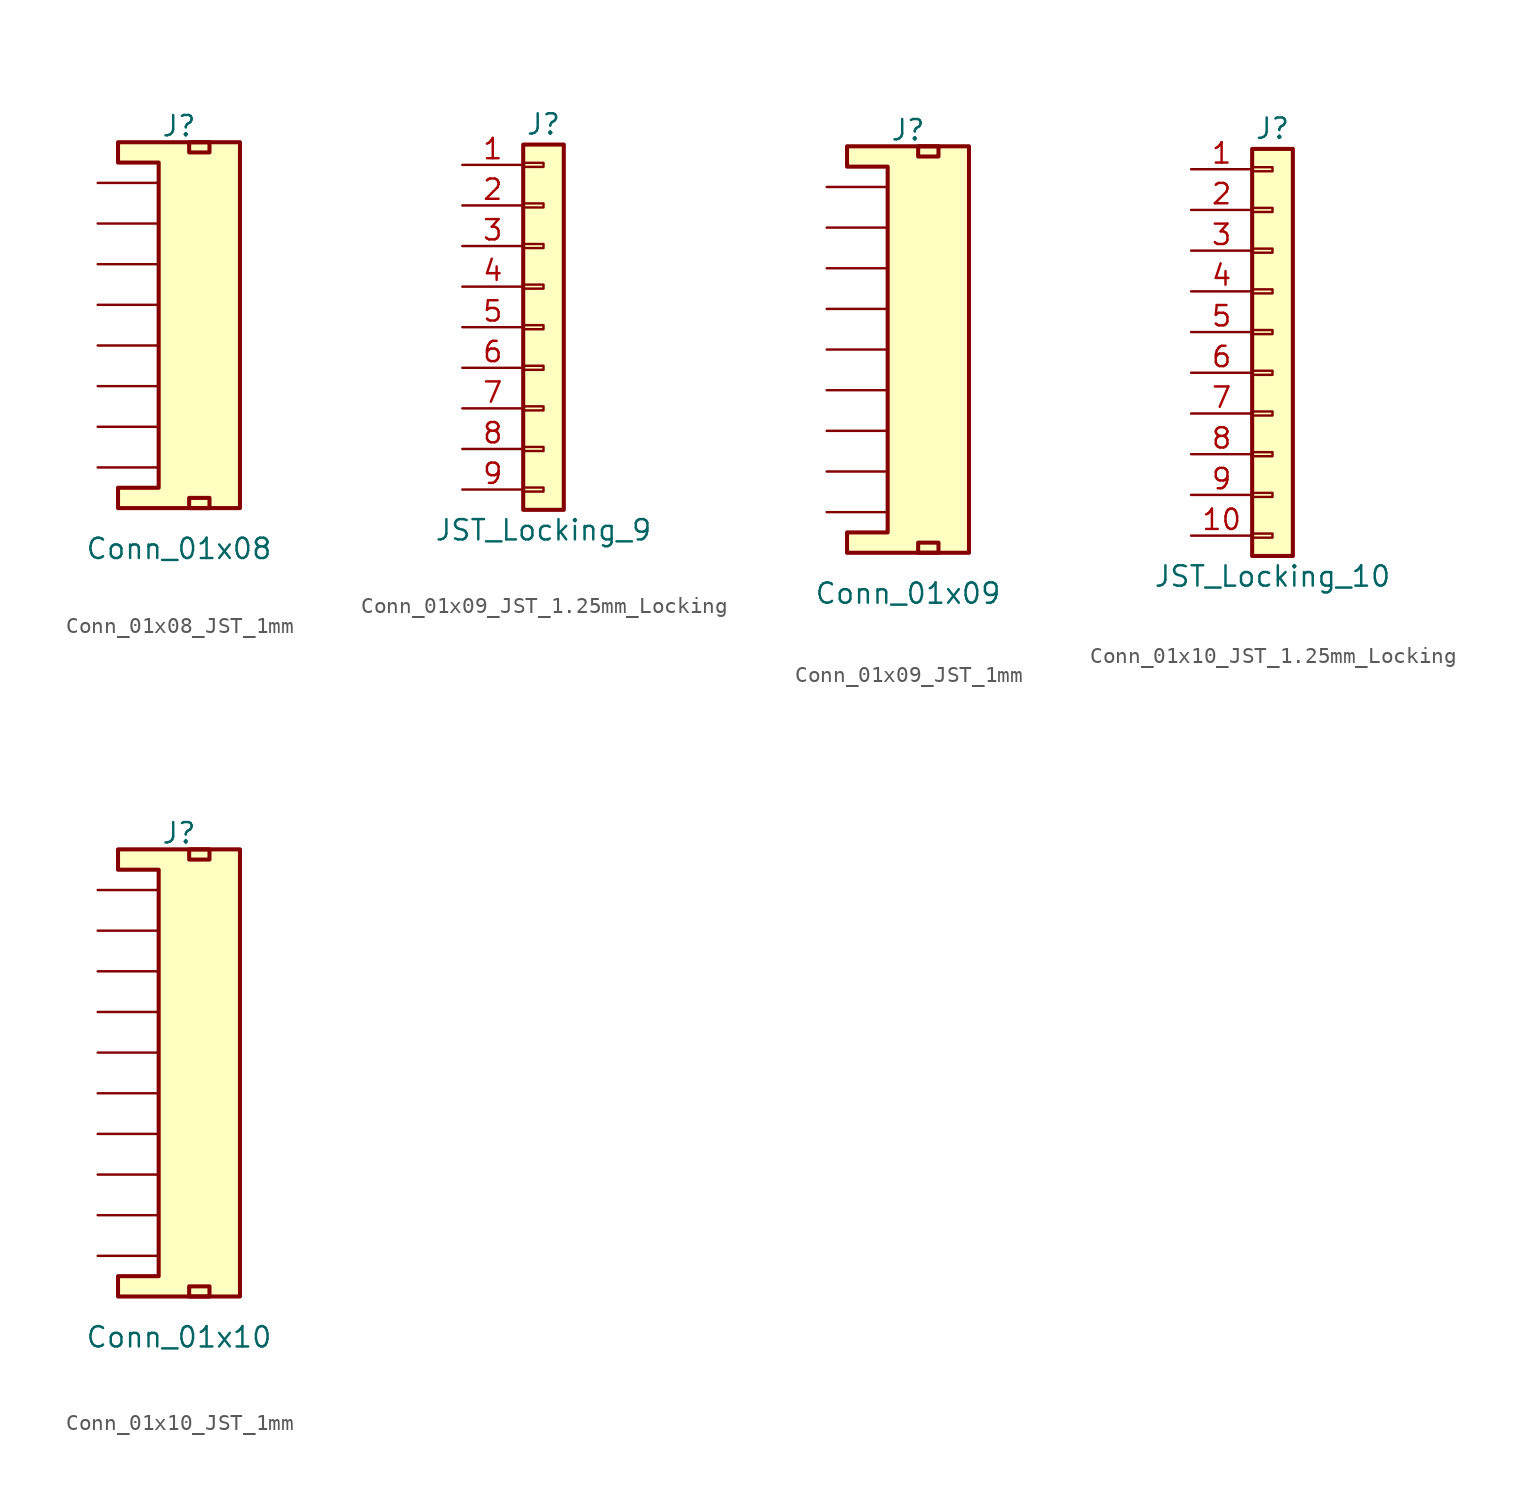
<source format=kicad_sym>
(kicad_symbol_lib
  (version 20231120)
  (generator "kicad_symbol_editor")
  (generator_version "8.0")
  (symbol "Conn_01x08_JST_1mm"
    (pin_numbers hide)
    (pin_names
      (offset 1.016) hide)
    (property "Reference" "J"
      (at 0 11.176 0)
      (effects (font (size 1.27 1.27))))
    (property "Value" "Conn_01x08"
      (at 0 -15.24 0)
      (effects (font (size 1.27 1.27))))
    (symbol "Conn_01x08_JST_1mm_1_1"
      (polyline (pts (xy -1.27 8.89) (xy -3.81 8.89) (xy -3.81 10.16) (xy 3.81 10.16) (xy 3.81 -12.7) (xy -3.81 -12.7) (xy -3.81 -11.43) (xy -1.27 -11.43) (xy -1.27 8.89)) (stroke (width 0.254) (type default)) (fill (type background)))
      (rectangle (start 0.635 -12.065) (end 1.905 -12.7) (stroke (width 0.254) (type default)) (fill (type none)))
      (rectangle (start 0.635 10.16) (end 1.905 9.525) (stroke (width 0.254) (type default)) (fill (type none)))
      (pin passive line (at -5.08 7.62 0) (length 3.81) (name "1" (effects (font (size 1.27 1.27)))) (number "1" (effects (font (size 1.27 1.27)))))
      (pin passive line (at -5.08 5.08 0) (length 3.81) (name "2" (effects (font (size 1.27 1.27)))) (number "2" (effects (font (size 1.27 1.27)))))
      (pin passive line (at -5.08 2.54 0) (length 3.81) (name "3" (effects (font (size 1.27 1.27)))) (number "3" (effects (font (size 1.27 1.27)))))
      (pin passive line (at -5.08 0 0) (length 3.81) (name "4" (effects (font (size 1.27 1.27)))) (number "4" (effects (font (size 1.27 1.27)))))
      (pin passive line (at -5.08 -2.54 0) (length 3.81) (name "5" (effects (font (size 1.27 1.27)))) (number "5" (effects (font (size 1.27 1.27)))))
      (pin passive line (at -5.08 -5.08 0) (length 3.81) (name "6" (effects (font (size 1.27 1.27)))) (number "6" (effects (font (size 1.27 1.27)))))
      (pin passive line (at -5.08 -7.62 0) (length 3.81) (name "7" (effects (font (size 1.27 1.27)))) (number "7" (effects (font (size 1.27 1.27)))))
      (pin passive line (at -5.08 -10.16 0) (length 3.81) (name "8" (effects (font (size 1.27 1.27)))) (number "8" (effects (font (size 1.27 1.27)))))))
  (symbol "Conn_01x09_JST_1.25mm_Locking"
    (pin_names
      (offset 1.016) hide)
    (property "Reference" "J"
      (at 0 12.7 0)
      (effects (font (size 1.27 1.27))))
    (property "Value" "JST_Locking_9"
      (at 0 -12.7 0)
      (effects (font (size 1.27 1.27))))
    (symbol "Conn_01x09_JST_1.25mm_Locking_1_1"
      (rectangle (start -1.27 -10.033) (end 0 -10.287) (stroke (width 0.152) (type default)) (fill (type none)))
      (rectangle (start -1.27 -7.493) (end 0 -7.747) (stroke (width 0.152) (type default)) (fill (type none)))
      (rectangle (start -1.27 -4.953) (end 0 -5.207) (stroke (width 0.152) (type default)) (fill (type none)))
      (rectangle (start -1.27 -2.413) (end 0 -2.667) (stroke (width 0.152) (type default)) (fill (type none)))
      (rectangle (start -1.27 0.127) (end 0 -0.127) (stroke (width 0.152) (type default)) (fill (type none)))
      (rectangle (start -1.27 2.667) (end 0 2.413) (stroke (width 0.152) (type default)) (fill (type none)))
      (rectangle (start -1.27 5.207) (end 0 4.953) (stroke (width 0.152) (type default)) (fill (type none)))
      (rectangle (start -1.27 7.747) (end 0 7.493) (stroke (width 0.152) (type default)) (fill (type none)))
      (rectangle (start -1.27 10.287) (end 0 10.033) (stroke (width 0.152) (type default)) (fill (type none)))
      (rectangle (start -1.27 11.43) (end 1.27 -11.43) (stroke (width 0.254) (type default)) (fill (type background)))
      (pin passive line (at -5.08 10.16 0) (length 3.81) (name "Pin_1" (effects (font (size 1.27 1.27)))) (number "1" (effects (font (size 1.27 1.27)))))
      (pin passive line (at -5.08 7.62 0) (length 3.81) (name "Pin_2" (effects (font (size 1.27 1.27)))) (number "2" (effects (font (size 1.27 1.27)))))
      (pin passive line (at -5.08 5.08 0) (length 3.81) (name "Pin_3" (effects (font (size 1.27 1.27)))) (number "3" (effects (font (size 1.27 1.27)))))
      (pin passive line (at -5.08 2.54 0) (length 3.81) (name "Pin_4" (effects (font (size 1.27 1.27)))) (number "4" (effects (font (size 1.27 1.27)))))
      (pin passive line (at -5.08 0 0) (length 3.81) (name "Pin_5" (effects (font (size 1.27 1.27)))) (number "5" (effects (font (size 1.27 1.27)))))
      (pin passive line (at -5.08 -2.54 0) (length 3.81) (name "Pin_6" (effects (font (size 1.27 1.27)))) (number "6" (effects (font (size 1.27 1.27)))))
      (pin passive line (at -5.08 -5.08 0) (length 3.81) (name "Pin_7" (effects (font (size 1.27 1.27)))) (number "7" (effects (font (size 1.27 1.27)))))
      (pin passive line (at -5.08 -7.62 0) (length 3.81) (name "Pin_8" (effects (font (size 1.27 1.27)))) (number "8" (effects (font (size 1.27 1.27)))))
      (pin passive line (at -5.08 -10.16 0) (length 3.81) (name "Pin_9" (effects (font (size 1.27 1.27)))) (number "9" (effects (font (size 1.27 1.27)))))
      (pin no_connect line (at 6.35 -11.43 90) (length 5.08) hide (name "NC" (effects (font (size 1.27 1.27)))) (number "NC1" (effects (font (size 1.27 1.27)))))
      (pin no_connect line (at 3.81 -11.43 90) (length 5.08) hide (name "NC" (effects (font (size 1.27 1.27)))) (number "NC2" (effects (font (size 1.27 1.27)))))))
  (symbol "Conn_01x09_JST_1mm"
    (pin_numbers hide)
    (pin_names
      (offset 1.016) hide)
    (property "Reference" "J"
      (at 0 13.716 0)
      (effects (font (size 1.27 1.27))))
    (property "Value" "Conn_01x09"
      (at 0 -15.24 0)
      (effects (font (size 1.27 1.27))))
    (symbol "Conn_01x09_JST_1mm_1_1"
      (polyline (pts (xy -1.27 11.43) (xy -3.81 11.43) (xy -3.81 12.7) (xy 3.81 12.7) (xy 3.81 -12.7) (xy -3.81 -12.7) (xy -3.81 -11.43) (xy -1.27 -11.43) (xy -1.27 11.43)) (stroke (width 0.254) (type default)) (fill (type background)))
      (rectangle (start 0.635 -12.065) (end 1.905 -12.7) (stroke (width 0.254) (type default)) (fill (type none)))
      (rectangle (start 0.635 12.7) (end 1.905 12.065) (stroke (width 0.254) (type default)) (fill (type none)))
      (pin passive line (at -5.08 10.16 0) (length 3.81) (name "1" (effects (font (size 1.27 1.27)))) (number "1" (effects (font (size 1.27 1.27)))))
      (pin passive line (at -5.08 7.62 0) (length 3.81) (name "2" (effects (font (size 1.27 1.27)))) (number "2" (effects (font (size 1.27 1.27)))))
      (pin passive line (at -5.08 5.08 0) (length 3.81) (name "3" (effects (font (size 1.27 1.27)))) (number "3" (effects (font (size 1.27 1.27)))))
      (pin passive line (at -5.08 2.54 0) (length 3.81) (name "4" (effects (font (size 1.27 1.27)))) (number "4" (effects (font (size 1.27 1.27)))))
      (pin passive line (at -5.08 0 0) (length 3.81) (name "5" (effects (font (size 1.27 1.27)))) (number "5" (effects (font (size 1.27 1.27)))))
      (pin passive line (at -5.08 -2.54 0) (length 3.81) (name "6" (effects (font (size 1.27 1.27)))) (number "6" (effects (font (size 1.27 1.27)))))
      (pin passive line (at -5.08 -5.08 0) (length 3.81) (name "7" (effects (font (size 1.27 1.27)))) (number "7" (effects (font (size 1.27 1.27)))))
      (pin passive line (at -5.08 -7.62 0) (length 3.81) (name "8" (effects (font (size 1.27 1.27)))) (number "8" (effects (font (size 1.27 1.27)))))
      (pin passive line (at -5.08 -10.16 0) (length 3.81) (name "9" (effects (font (size 1.27 1.27)))) (number "9" (effects (font (size 1.27 1.27)))))))
  (symbol "Conn_01x10_JST_1.25mm_Locking"
    (pin_names
      (offset 1.016) hide)
    (property "Reference" "J"
      (at 0 12.7 0)
      (effects (font (size 1.27 1.27))))
    (property "Value" "JST_Locking_10"
      (at 0 -15.24 0)
      (effects (font (size 1.27 1.27))))
    (symbol "Conn_01x10_JST_1.25mm_Locking_1_1"
      (rectangle (start -1.27 -12.573) (end 0 -12.827) (stroke (width 0.152) (type default)) (fill (type none)))
      (rectangle (start -1.27 -10.033) (end 0 -10.287) (stroke (width 0.152) (type default)) (fill (type none)))
      (rectangle (start -1.27 -7.493) (end 0 -7.747) (stroke (width 0.152) (type default)) (fill (type none)))
      (rectangle (start -1.27 -4.953) (end 0 -5.207) (stroke (width 0.152) (type default)) (fill (type none)))
      (rectangle (start -1.27 -2.413) (end 0 -2.667) (stroke (width 0.152) (type default)) (fill (type none)))
      (rectangle (start -1.27 0.127) (end 0 -0.127) (stroke (width 0.152) (type default)) (fill (type none)))
      (rectangle (start -1.27 2.667) (end 0 2.413) (stroke (width 0.152) (type default)) (fill (type none)))
      (rectangle (start -1.27 5.207) (end 0 4.953) (stroke (width 0.152) (type default)) (fill (type none)))
      (rectangle (start -1.27 7.747) (end 0 7.493) (stroke (width 0.152) (type default)) (fill (type none)))
      (rectangle (start -1.27 10.287) (end 0 10.033) (stroke (width 0.152) (type default)) (fill (type none)))
      (rectangle (start -1.27 11.43) (end 1.27 -13.97) (stroke (width 0.254) (type default)) (fill (type background)))
      (pin passive line (at -5.08 10.16 0) (length 3.81) (name "Pin_1" (effects (font (size 1.27 1.27)))) (number "1" (effects (font (size 1.27 1.27)))))
      (pin passive line (at -5.08 -12.7 0) (length 3.81) (name "Pin_10" (effects (font (size 1.27 1.27)))) (number "10" (effects (font (size 1.27 1.27)))))
      (pin passive line (at -5.08 7.62 0) (length 3.81) (name "Pin_2" (effects (font (size 1.27 1.27)))) (number "2" (effects (font (size 1.27 1.27)))))
      (pin passive line (at -5.08 5.08 0) (length 3.81) (name "Pin_3" (effects (font (size 1.27 1.27)))) (number "3" (effects (font (size 1.27 1.27)))))
      (pin passive line (at -5.08 2.54 0) (length 3.81) (name "Pin_4" (effects (font (size 1.27 1.27)))) (number "4" (effects (font (size 1.27 1.27)))))
      (pin passive line (at -5.08 0 0) (length 3.81) (name "Pin_5" (effects (font (size 1.27 1.27)))) (number "5" (effects (font (size 1.27 1.27)))))
      (pin passive line (at -5.08 -2.54 0) (length 3.81) (name "Pin_6" (effects (font (size 1.27 1.27)))) (number "6" (effects (font (size 1.27 1.27)))))
      (pin passive line (at -5.08 -5.08 0) (length 3.81) (name "Pin_7" (effects (font (size 1.27 1.27)))) (number "7" (effects (font (size 1.27 1.27)))))
      (pin passive line (at -5.08 -7.62 0) (length 3.81) (name "Pin_8" (effects (font (size 1.27 1.27)))) (number "8" (effects (font (size 1.27 1.27)))))
      (pin passive line (at -5.08 -10.16 0) (length 3.81) (name "Pin_9" (effects (font (size 1.27 1.27)))) (number "9" (effects (font (size 1.27 1.27)))))
      (pin no_connect line (at 6.35 -13.97 90) (length 5.08) hide (name "NC" (effects (font (size 1.27 1.27)))) (number "NC1" (effects (font (size 1.27 1.27)))))
      (pin no_connect line (at 3.81 -13.97 90) (length 5.08) hide (name "NC" (effects (font (size 1.27 1.27)))) (number "NC2" (effects (font (size 1.27 1.27)))))))
  (symbol "Conn_01x10_JST_1mm"
    (pin_numbers hide)
    (pin_names
      (offset 1.016) hide)
    (property "Reference" "J"
      (at 0 13.716 0)
      (effects (font (size 1.27 1.27))))
    (property "Value" "Conn_01x10"
      (at 0 -17.78 0)
      (effects (font (size 1.27 1.27))))
    (symbol "Conn_01x10_JST_1mm_1_1"
      (polyline (pts (xy -1.27 11.43) (xy -3.81 11.43) (xy -3.81 12.7) (xy 3.81 12.7) (xy 3.81 -15.24) (xy -3.81 -15.24) (xy -3.81 -13.97) (xy -1.27 -13.97) (xy -1.27 11.43)) (stroke (width 0.254) (type default)) (fill (type background)))
      (rectangle (start 0.635 -14.605) (end 1.905 -15.24) (stroke (width 0.254) (type default)) (fill (type none)))
      (rectangle (start 0.635 12.7) (end 1.905 12.065) (stroke (width 0.254) (type default)) (fill (type none)))
      (pin passive line (at -5.08 10.16 0) (length 3.81) (name "1" (effects (font (size 1.27 1.27)))) (number "1" (effects (font (size 1.27 1.27)))))
      (pin passive line (at -5.08 -12.7 0) (length 3.81) (name "10" (effects (font (size 1.27 1.27)))) (number "10" (effects (font (size 1.27 1.27)))))
      (pin passive line (at -5.08 7.62 0) (length 3.81) (name "2" (effects (font (size 1.27 1.27)))) (number "2" (effects (font (size 1.27 1.27)))))
      (pin passive line (at -5.08 5.08 0) (length 3.81) (name "3" (effects (font (size 1.27 1.27)))) (number "3" (effects (font (size 1.27 1.27)))))
      (pin passive line (at -5.08 2.54 0) (length 3.81) (name "4" (effects (font (size 1.27 1.27)))) (number "4" (effects (font (size 1.27 1.27)))))
      (pin passive line (at -5.08 0 0) (length 3.81) (name "5" (effects (font (size 1.27 1.27)))) (number "5" (effects (font (size 1.27 1.27)))))
      (pin passive line (at -5.08 -2.54 0) (length 3.81) (name "6" (effects (font (size 1.27 1.27)))) (number "6" (effects (font (size 1.27 1.27)))))
      (pin passive line (at -5.08 -5.08 0) (length 3.81) (name "7" (effects (font (size 1.27 1.27)))) (number "7" (effects (font (size 1.27 1.27)))))
      (pin passive line (at -5.08 -7.62 0) (length 3.81) (name "8" (effects (font (size 1.27 1.27)))) (number "8" (effects (font (size 1.27 1.27)))))
      (pin passive line (at -5.08 -10.16 0) (length 3.81) (name "9" (effects (font (size 1.27 1.27)))) (number "9" (effects (font (size 1.27 1.27))))))))
</source>
